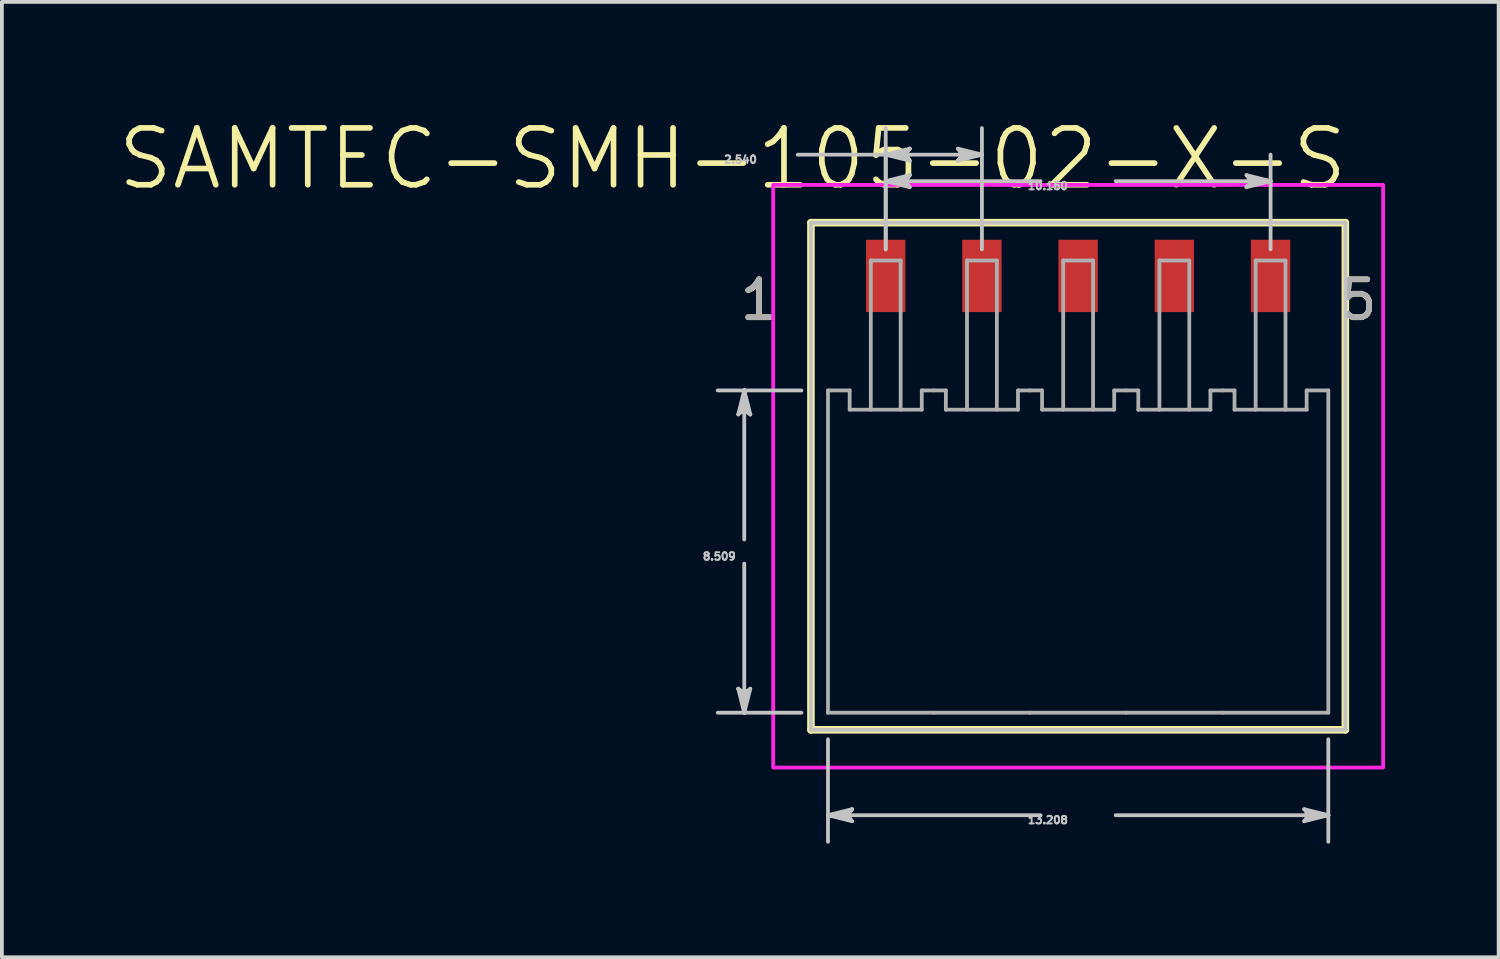
<source format=kicad_pcb>
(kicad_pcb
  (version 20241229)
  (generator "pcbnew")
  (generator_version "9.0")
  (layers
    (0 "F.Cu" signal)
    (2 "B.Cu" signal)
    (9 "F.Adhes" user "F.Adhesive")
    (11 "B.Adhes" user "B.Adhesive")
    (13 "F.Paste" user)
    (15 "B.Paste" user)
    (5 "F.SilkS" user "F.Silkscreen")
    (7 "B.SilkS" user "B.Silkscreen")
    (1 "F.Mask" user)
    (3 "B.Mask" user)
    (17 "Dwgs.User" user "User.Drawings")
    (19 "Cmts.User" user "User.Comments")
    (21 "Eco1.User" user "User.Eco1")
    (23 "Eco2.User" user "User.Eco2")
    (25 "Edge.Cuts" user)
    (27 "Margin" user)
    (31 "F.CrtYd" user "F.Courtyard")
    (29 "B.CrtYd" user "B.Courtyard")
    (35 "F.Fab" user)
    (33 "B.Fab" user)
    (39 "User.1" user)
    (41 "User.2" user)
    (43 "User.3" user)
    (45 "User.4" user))
  (footprint "SAMTEC-SMH-105-02-X-S"
    (layer "F.Cu")
    (at 25.412 11.511)
    (property "Reference" "SAMTEC-SMH-105-02-X-S" (at -9.123 -10.37 0) (layer "F.SilkS") (effects (font (size 1.5 1.5) (thickness 0.15))))
    (attr smd)
    (fp_poly (pts (xy -5.651 -8.283) (xy -4.509 -8.283) (xy -4.509 -6.271) (xy -5.651 -6.271)) (stroke (width 0.01) (type solid)) (fill yes) (layer "F.Mask"))
    (fp_poly (pts (xy -3.111 -8.283) (xy -1.969 -8.283) (xy -1.969 -6.271) (xy -3.111 -6.271)) (stroke (width 0.01) (type solid)) (fill yes) (layer "F.Mask"))
    (fp_poly (pts (xy -0.571 -8.283) (xy 0.571 -8.283) (xy 0.571 -6.271) (xy -0.571 -6.271)) (stroke (width 0.01) (type solid)) (fill yes) (layer "F.Mask"))
    (fp_poly (pts (xy 1.969 -8.283) (xy 3.111 -8.283) (xy 3.111 -6.271) (xy 1.969 -6.271)) (stroke (width 0.01) (type solid)) (fill yes) (layer "F.Mask"))
    (fp_poly (pts (xy 4.509 -8.283) (xy 5.651 -8.283) (xy 5.651 -6.271) (xy 4.509 -6.271)) (stroke (width 0.01) (type solid)) (fill yes) (layer "F.Mask"))
    (fp_line (start -7.054 -8.683) (end -7.054 4.705) (stroke (width 0.2) (type solid)) (layer "F.SilkS"))
    (fp_line (start -7.054 4.705) (end 7.054 4.705) (stroke (width 0.2) (type solid)) (layer "F.SilkS"))
    (fp_line (start 7.054 -8.683) (end -7.054 -8.683) (stroke (width 0.2) (type solid)) (layer "F.SilkS"))
    (fp_line (start 7.054 4.705) (end 7.054 -8.683) (stroke (width 0.2) (type solid)) (layer "F.SilkS"))
    (fp_poly (pts (xy -5.6 -8.232) (xy -4.56 -8.232) (xy -4.56 -6.322) (xy -5.6 -6.322)) (stroke (width 0.01) (type solid)) (fill yes) (layer "F.Paste"))
    (fp_poly (pts (xy -3.06 -8.232) (xy -2.02 -8.232) (xy -2.02 -6.322) (xy -3.06 -6.322)) (stroke (width 0.01) (type solid)) (fill yes) (layer "F.Paste"))
    (fp_poly (pts (xy -0.52 -8.232) (xy 0.52 -8.232) (xy 0.52 -6.322) (xy -0.52 -6.322)) (stroke (width 0.01) (type solid)) (fill yes) (layer "F.Paste"))
    (fp_poly (pts (xy 2.02 -8.232) (xy 3.06 -8.232) (xy 3.06 -6.322) (xy 2.02 -6.322)) (stroke (width 0.01) (type solid)) (fill yes) (layer "F.Paste"))
    (fp_poly (pts (xy 4.56 -8.232) (xy 5.6 -8.232) (xy 5.6 -6.322) (xy 4.56 -6.322)) (stroke (width 0.01) (type solid)) (fill yes) (layer "F.Paste"))
    (fp_line (start -8.973 -3.62) (end -8.814 -3.746) (stroke (width 0.1) (type solid)) (layer "Dwgs.User"))
    (fp_line (start -8.973 3.62) (end -8.814 4.254) (stroke (width 0.1) (type solid)) (layer "Dwgs.User"))
    (fp_line (start -8.893 -3.683) (end -8.814 -3.746) (stroke (width 0.1) (type solid)) (layer "Dwgs.User"))
    (fp_line (start -8.893 3.683) (end -8.973 3.62) (stroke (width 0.1) (type solid)) (layer "Dwgs.User"))
    (fp_line (start -8.814 -4.254) (end -8.973 -3.62) (stroke (width 0.1) (type solid)) (layer "Dwgs.User"))
    (fp_line (start -8.814 -4.254) (end -8.893 -3.683) (stroke (width 0.1) (type solid)) (layer "Dwgs.User"))
    (fp_line (start -8.814 -4.254) (end -8.734 -3.683) (stroke (width 0.1) (type solid)) (layer "Dwgs.User"))
    (fp_line (start -8.814 -3.746) (end -8.814 -4.254) (stroke (width 0.1) (type solid)) (layer "Dwgs.User"))
    (fp_line (start -8.814 -3.746) (end -8.655 -3.62) (stroke (width 0.1) (type solid)) (layer "Dwgs.User"))
    (fp_line (start -8.814 -0.318) (end -8.814 -4.254) (stroke (width 0.1) (type solid)) (layer "Dwgs.User"))
    (fp_line (start -8.814 0.318) (end -8.814 4.254) (stroke (width 0.1) (type solid)) (layer "Dwgs.User"))
    (fp_line (start -8.814 3.746) (end -8.973 3.62) (stroke (width 0.1) (type solid)) (layer "Dwgs.User"))
    (fp_line (start -8.814 3.746) (end -8.814 4.254) (stroke (width 0.1) (type solid)) (layer "Dwgs.User"))
    (fp_line (start -8.814 4.254) (end -8.893 3.683) (stroke (width 0.1) (type solid)) (layer "Dwgs.User"))
    (fp_line (start -8.814 4.254) (end -8.734 3.683) (stroke (width 0.1) (type solid)) (layer "Dwgs.User"))
    (fp_line (start -8.814 4.254) (end -8.655 3.62) (stroke (width 0.1) (type solid)) (layer "Dwgs.User"))
    (fp_line (start -8.734 -3.683) (end -8.655 -3.62) (stroke (width 0.1) (type solid)) (layer "Dwgs.User"))
    (fp_line (start -8.734 3.683) (end -8.814 3.746) (stroke (width 0.1) (type solid)) (layer "Dwgs.User"))
    (fp_line (start -8.655 -3.62) (end -8.814 -4.254) (stroke (width 0.1) (type solid)) (layer "Dwgs.User"))
    (fp_line (start -8.655 3.62) (end -8.814 3.746) (stroke (width 0.1) (type solid)) (layer "Dwgs.User"))
    (fp_line (start -7.404 -10.478) (end -5.08 -10.478) (stroke (width 0.1) (type solid)) (layer "Dwgs.User"))
    (fp_line (start -7.305 -4.254) (end -9.515 -4.254) (stroke (width 0.1) (type solid)) (layer "Dwgs.User"))
    (fp_line (start -7.305 4.254) (end -9.515 4.254) (stroke (width 0.1) (type solid)) (layer "Dwgs.User"))
    (fp_line (start -7.054 -8.683) (end -7.054 4.705) (stroke (width 0.1) (type solid)) (layer "Dwgs.User"))
    (fp_line (start -7.054 4.705) (end 7.054 4.705) (stroke (width 0.1) (type solid)) (layer "Dwgs.User"))
    (fp_line (start -6.604 4.956) (end -6.604 7.661) (stroke (width 0.1) (type solid)) (layer "Dwgs.User"))
    (fp_line (start -6.604 6.96) (end -6.032 6.88) (stroke (width 0.1) (type solid)) (layer "Dwgs.User"))
    (fp_line (start -6.604 6.96) (end -6.032 7.039) (stroke (width 0.1) (type solid)) (layer "Dwgs.User"))
    (fp_line (start -6.604 6.96) (end -5.969 7.118) (stroke (width 0.1) (type solid)) (layer "Dwgs.User"))
    (fp_line (start -6.096 6.96) (end -6.604 6.96) (stroke (width 0.1) (type solid)) (layer "Dwgs.User"))
    (fp_line (start -6.096 6.96) (end -5.969 6.801) (stroke (width 0.1) (type solid)) (layer "Dwgs.User"))
    (fp_line (start -6.032 6.88) (end -5.969 6.801) (stroke (width 0.1) (type solid)) (layer "Dwgs.User"))
    (fp_line (start -6.032 7.039) (end -6.096 6.96) (stroke (width 0.1) (type solid)) (layer "Dwgs.User"))
    (fp_line (start -5.969 6.801) (end -6.604 6.96) (stroke (width 0.1) (type solid)) (layer "Dwgs.User"))
    (fp_line (start -5.969 7.118) (end -6.096 6.96) (stroke (width 0.1) (type solid)) (layer "Dwgs.User"))
    (fp_line (start -5.08 -10.478) (end -4.508 -10.557) (stroke (width 0.1) (type solid)) (layer "Dwgs.User"))
    (fp_line (start -5.08 -10.478) (end -4.508 -10.398) (stroke (width 0.1) (type solid)) (layer "Dwgs.User"))
    (fp_line (start -5.08 -10.478) (end -4.445 -10.319) (stroke (width 0.1) (type solid)) (layer "Dwgs.User"))
    (fp_line (start -5.08 -10.478) (end -2.54 -10.478) (stroke (width 0.1) (type solid)) (layer "Dwgs.User"))
    (fp_line (start -5.08 -9.779) (end -4.508 -9.858) (stroke (width 0.1) (type solid)) (layer "Dwgs.User"))
    (fp_line (start -5.08 -9.779) (end -4.508 -9.7) (stroke (width 0.1) (type solid)) (layer "Dwgs.User"))
    (fp_line (start -5.08 -9.779) (end -4.445 -9.62) (stroke (width 0.1) (type solid)) (layer "Dwgs.User"))
    (fp_line (start -5.08 -7.978) (end -5.08 -11.179) (stroke (width 0.1) (type solid)) (layer "Dwgs.User"))
    (fp_line (start -5.08 -7.978) (end -5.08 -10.48) (stroke (width 0.1) (type solid)) (layer "Dwgs.User"))
    (fp_line (start -4.572 -10.478) (end -5.08 -10.478) (stroke (width 0.1) (type solid)) (layer "Dwgs.User"))
    (fp_line (start -4.572 -10.478) (end -4.445 -10.636) (stroke (width 0.1) (type solid)) (layer "Dwgs.User"))
    (fp_line (start -4.572 -9.779) (end -5.08 -9.779) (stroke (width 0.1) (type solid)) (layer "Dwgs.User"))
    (fp_line (start -4.572 -9.779) (end -4.445 -9.938) (stroke (width 0.1) (type solid)) (layer "Dwgs.User"))
    (fp_line (start -4.508 -10.557) (end -4.445 -10.636) (stroke (width 0.1) (type solid)) (layer "Dwgs.User"))
    (fp_line (start -4.508 -10.398) (end -4.572 -10.478) (stroke (width 0.1) (type solid)) (layer "Dwgs.User"))
    (fp_line (start -4.508 -9.858) (end -4.445 -9.938) (stroke (width 0.1) (type solid)) (layer "Dwgs.User"))
    (fp_line (start -4.508 -9.7) (end -4.572 -9.779) (stroke (width 0.1) (type solid)) (layer "Dwgs.User"))
    (fp_line (start -4.445 -10.636) (end -5.08 -10.478) (stroke (width 0.1) (type solid)) (layer "Dwgs.User"))
    (fp_line (start -4.445 -10.319) (end -4.572 -10.478) (stroke (width 0.1) (type solid)) (layer "Dwgs.User"))
    (fp_line (start -4.445 -9.938) (end -5.08 -9.779) (stroke (width 0.1) (type solid)) (layer "Dwgs.User"))
    (fp_line (start -4.445 -9.62) (end -4.572 -9.779) (stroke (width 0.1) (type solid)) (layer "Dwgs.User"))
    (fp_line (start -3.175 -10.636) (end -3.048 -10.478) (stroke (width 0.1) (type solid)) (layer "Dwgs.User"))
    (fp_line (start -3.175 -10.319) (end -2.54 -10.478) (stroke (width 0.1) (type solid)) (layer "Dwgs.User"))
    (fp_line (start -3.112 -10.557) (end -3.048 -10.478) (stroke (width 0.1) (type solid)) (layer "Dwgs.User"))
    (fp_line (start -3.112 -10.398) (end -3.175 -10.319) (stroke (width 0.1) (type solid)) (layer "Dwgs.User"))
    (fp_line (start -3.048 -10.478) (end -3.175 -10.319) (stroke (width 0.1) (type solid)) (layer "Dwgs.User"))
    (fp_line (start -3.048 -10.478) (end -2.54 -10.478) (stroke (width 0.1) (type solid)) (layer "Dwgs.User"))
    (fp_line (start -2.54 -10.478) (end -3.175 -10.636) (stroke (width 0.1) (type solid)) (layer "Dwgs.User"))
    (fp_line (start -2.54 -10.478) (end -3.112 -10.557) (stroke (width 0.1) (type solid)) (layer "Dwgs.User"))
    (fp_line (start -2.54 -10.478) (end -3.112 -10.398) (stroke (width 0.1) (type solid)) (layer "Dwgs.User"))
    (fp_line (start -2.54 -7.978) (end -2.54 -11.179) (stroke (width 0.1) (type solid)) (layer "Dwgs.User"))
    (fp_line (start -0.991 -9.779) (end -5.08 -9.779) (stroke (width 0.1) (type solid)) (layer "Dwgs.User"))
    (fp_line (start -0.991 6.96) (end -6.604 6.96) (stroke (width 0.1) (type solid)) (layer "Dwgs.User"))
    (fp_line (start 0.991 -9.779) (end 5.08 -9.779) (stroke (width 0.1) (type solid)) (layer "Dwgs.User"))
    (fp_line (start 0.991 6.96) (end 6.604 6.96) (stroke (width 0.1) (type solid)) (layer "Dwgs.User"))
    (fp_line (start 4.445 -9.938) (end 4.572 -9.779) (stroke (width 0.1) (type solid)) (layer "Dwgs.User"))
    (fp_line (start 4.445 -9.62) (end 5.08 -9.779) (stroke (width 0.1) (type solid)) (layer "Dwgs.User"))
    (fp_line (start 4.508 -9.858) (end 4.572 -9.779) (stroke (width 0.1) (type solid)) (layer "Dwgs.User"))
    (fp_line (start 4.508 -9.7) (end 4.445 -9.62) (stroke (width 0.1) (type solid)) (layer "Dwgs.User"))
    (fp_line (start 4.572 -9.779) (end 4.445 -9.62) (stroke (width 0.1) (type solid)) (layer "Dwgs.User"))
    (fp_line (start 4.572 -9.779) (end 5.08 -9.779) (stroke (width 0.1) (type solid)) (layer "Dwgs.User"))
    (fp_line (start 5.08 -9.779) (end 4.445 -9.938) (stroke (width 0.1) (type solid)) (layer "Dwgs.User"))
    (fp_line (start 5.08 -9.779) (end 4.508 -9.858) (stroke (width 0.1) (type solid)) (layer "Dwgs.User"))
    (fp_line (start 5.08 -9.779) (end 4.508 -9.7) (stroke (width 0.1) (type solid)) (layer "Dwgs.User"))
    (fp_line (start 5.08 -7.978) (end 5.08 -10.48) (stroke (width 0.1) (type solid)) (layer "Dwgs.User"))
    (fp_line (start 5.969 6.801) (end 6.096 6.96) (stroke (width 0.1) (type solid)) (layer "Dwgs.User"))
    (fp_line (start 5.969 7.118) (end 6.604 6.96) (stroke (width 0.1) (type solid)) (layer "Dwgs.User"))
    (fp_line (start 6.032 6.88) (end 6.096 6.96) (stroke (width 0.1) (type solid)) (layer "Dwgs.User"))
    (fp_line (start 6.032 7.039) (end 5.969 7.118) (stroke (width 0.1) (type solid)) (layer "Dwgs.User"))
    (fp_line (start 6.096 6.96) (end 5.969 7.118) (stroke (width 0.1) (type solid)) (layer "Dwgs.User"))
    (fp_line (start 6.096 6.96) (end 6.604 6.96) (stroke (width 0.1) (type solid)) (layer "Dwgs.User"))
    (fp_line (start 6.604 4.956) (end 6.604 7.661) (stroke (width 0.1) (type solid)) (layer "Dwgs.User"))
    (fp_line (start 6.604 6.96) (end 5.969 6.801) (stroke (width 0.1) (type solid)) (layer "Dwgs.User"))
    (fp_line (start 6.604 6.96) (end 6.032 6.88) (stroke (width 0.1) (type solid)) (layer "Dwgs.User"))
    (fp_line (start 6.604 6.96) (end 6.032 7.039) (stroke (width 0.1) (type solid)) (layer "Dwgs.User"))
    (fp_line (start 7.054 -8.683) (end -7.054 -8.683) (stroke (width 0.1) (type solid)) (layer "Dwgs.User"))
    (fp_line (start 7.054 4.705) (end 7.054 -8.683) (stroke (width 0.1) (type solid)) (layer "Dwgs.User"))
    (fp_poly (pts (xy 8.051 -9.68) (xy -8.051 -9.68) (xy -8.051 5.702) (xy 8.051 5.702) (xy 8.051 -9.68)) (stroke (width 0.1) (type solid)) (fill no) (layer "F.CrtYd"))
    (fp_line (start -6.604 4.254) (end -6.604 -4.254) (stroke (width 0.1) (type solid)) (layer "F.Fab"))
    (fp_line (start -6.032 -4.254) (end -6.604 -4.254) (stroke (width 0.1) (type solid)) (layer "F.Fab"))
    (fp_line (start -6.032 -3.746) (end -6.032 -4.254) (stroke (width 0.1) (type solid)) (layer "F.Fab"))
    (fp_line (start -5.474 -7.684) (end -5.474 -3.746) (stroke (width 0.1) (type solid)) (layer "F.Fab"))
    (fp_line (start -4.686 -7.684) (end -5.474 -7.684) (stroke (width 0.1) (type solid)) (layer "F.Fab"))
    (fp_line (start -4.686 -7.684) (end -4.686 -3.746) (stroke (width 0.1) (type solid)) (layer "F.Fab"))
    (fp_line (start -4.128 -4.254) (end -4.128 -3.746) (stroke (width 0.1) (type solid)) (layer "F.Fab"))
    (fp_line (start -4.128 -3.746) (end -6.032 -3.746) (stroke (width 0.1) (type solid)) (layer "F.Fab"))
    (fp_line (start -3.81 -4.254) (end -4.128 -4.254) (stroke (width 0.1) (type solid)) (layer "F.Fab"))
    (fp_line (start -3.81 4.254) (end -6.604 4.254) (stroke (width 0.1) (type solid)) (layer "F.Fab"))
    (fp_line (start -3.492 -4.254) (end -3.81 -4.254) (stroke (width 0.1) (type solid)) (layer "F.Fab"))
    (fp_line (start -3.492 -3.746) (end -3.492 -4.254) (stroke (width 0.1) (type solid)) (layer "F.Fab"))
    (fp_line (start -2.934 -3.746) (end -2.934 -7.684) (stroke (width 0.1) (type solid)) (layer "F.Fab"))
    (fp_line (start -2.146 -7.684) (end -2.934 -7.684) (stroke (width 0.1) (type solid)) (layer "F.Fab"))
    (fp_line (start -2.146 -7.684) (end -2.146 -3.746) (stroke (width 0.1) (type solid)) (layer "F.Fab"))
    (fp_line (start -1.588 -4.254) (end -1.588 -3.746) (stroke (width 0.1) (type solid)) (layer "F.Fab"))
    (fp_line (start -1.588 -3.746) (end -3.492 -3.746) (stroke (width 0.1) (type solid)) (layer "F.Fab"))
    (fp_line (start -1.27 -4.254) (end -1.588 -4.254) (stroke (width 0.1) (type solid)) (layer "F.Fab"))
    (fp_line (start -1.27 4.254) (end -3.81 4.254) (stroke (width 0.1) (type solid)) (layer "F.Fab"))
    (fp_line (start -0.952 -4.254) (end -1.27 -4.254) (stroke (width 0.1) (type solid)) (layer "F.Fab"))
    (fp_line (start -0.952 -3.746) (end -0.952 -4.254) (stroke (width 0.1) (type solid)) (layer "F.Fab"))
    (fp_line (start -0.394 -3.746) (end -0.394 -7.684) (stroke (width 0.1) (type solid)) (layer "F.Fab"))
    (fp_line (start 0.394 -7.684) (end -0.394 -7.684) (stroke (width 0.1) (type solid)) (layer "F.Fab"))
    (fp_line (start 0.394 -7.684) (end 0.394 -3.746) (stroke (width 0.1) (type solid)) (layer "F.Fab"))
    (fp_line (start 0.952 -4.254) (end 0.952 -3.746) (stroke (width 0.1) (type solid)) (layer "F.Fab"))
    (fp_line (start 0.952 -3.746) (end -0.952 -3.746) (stroke (width 0.1) (type solid)) (layer "F.Fab"))
    (fp_line (start 1.27 -4.254) (end 0.952 -4.254) (stroke (width 0.1) (type solid)) (layer "F.Fab"))
    (fp_line (start 1.27 4.254) (end -1.27 4.254) (stroke (width 0.1) (type solid)) (layer "F.Fab"))
    (fp_line (start 1.588 -4.254) (end 1.27 -4.254) (stroke (width 0.1) (type solid)) (layer "F.Fab"))
    (fp_line (start 1.588 -3.746) (end 1.588 -4.254) (stroke (width 0.1) (type solid)) (layer "F.Fab"))
    (fp_line (start 2.146 -3.746) (end 2.146 -7.684) (stroke (width 0.1) (type solid)) (layer "F.Fab"))
    (fp_line (start 2.934 -7.684) (end 2.146 -7.684) (stroke (width 0.1) (type solid)) (layer "F.Fab"))
    (fp_line (start 2.934 -7.684) (end 2.934 -3.746) (stroke (width 0.1) (type solid)) (layer "F.Fab"))
    (fp_line (start 3.492 -4.254) (end 3.492 -3.746) (stroke (width 0.1) (type solid)) (layer "F.Fab"))
    (fp_line (start 3.492 -3.746) (end 1.588 -3.746) (stroke (width 0.1) (type solid)) (layer "F.Fab"))
    (fp_line (start 3.81 -4.254) (end 3.492 -4.254) (stroke (width 0.1) (type solid)) (layer "F.Fab"))
    (fp_line (start 3.81 -4.254) (end 4.128 -4.254) (stroke (width 0.1) (type solid)) (layer "F.Fab"))
    (fp_line (start 3.81 4.254) (end 1.27 4.254) (stroke (width 0.1) (type solid)) (layer "F.Fab"))
    (fp_line (start 3.81 4.254) (end 6.604 4.254) (stroke (width 0.1) (type solid)) (layer "F.Fab"))
    (fp_line (start 4.128 -4.254) (end 4.128 -3.746) (stroke (width 0.1) (type solid)) (layer "F.Fab"))
    (fp_line (start 4.128 -3.746) (end 6.032 -3.746) (stroke (width 0.1) (type solid)) (layer "F.Fab"))
    (fp_line (start 4.686 -7.684) (end 4.686 -3.746) (stroke (width 0.1) (type solid)) (layer "F.Fab"))
    (fp_line (start 4.686 -7.684) (end 5.474 -7.684) (stroke (width 0.1) (type solid)) (layer "F.Fab"))
    (fp_line (start 5.474 -7.684) (end 5.474 -3.746) (stroke (width 0.1) (type solid)) (layer "F.Fab"))
    (fp_line (start 6.032 -4.254) (end 6.604 -4.254) (stroke (width 0.1) (type solid)) (layer "F.Fab"))
    (fp_line (start 6.032 -3.746) (end 6.032 -4.254) (stroke (width 0.1) (type solid)) (layer "F.Fab"))
    (fp_line (start 6.604 4.254) (end 6.604 -4.254) (stroke (width 0.1) (type solid)) (layer "F.Fab"))
    (fp_text user "1" (at -8.424 -6.642 0) (layer "F.SilkS") (effects (font (size 1 1) (thickness 0.15))))
    (fp_text user "5" (at 7.395 -6.642 0) (layer "F.SilkS") (effects (font (size 1 1) (thickness 0.15))))
    (fp_text user "10.160" (at -0.8 -9.652 0) (layer "Dwgs.User") (effects (font (size 0.2 0.2) (thickness 0.15))))
    (fp_text user "13.208" (at -0.8 7.087 0) (layer "Dwgs.User") (effects (font (size 0.2 0.2) (thickness 0.15))))
    (fp_text user "2.540" (at -8.915 -10.35 0) (layer "Dwgs.User") (effects (font (size 0.2 0.2) (thickness 0.15))))
    (fp_text user "8.509" (at -9.474 0.127 0) (layer "Dwgs.User") (effects (font (size 0.2 0.2) (thickness 0.15))))
    (fp_text user "5" (at 7.395 -6.642 0) (layer "F.Fab") (effects (font (size 1 1) (thickness 0.15))))
    (fp_text user "1" (at -8.424 -6.642 0) (layer "F.Fab") (effects (font (size 1 1) (thickness 0.15))))
    (pad "1" smd rect (at -5.08 -7.277) (size 1.04 1.91) (layers "F.Cu" "F.Paste"))
    (pad "2" smd rect (at -2.54 -7.277) (size 1.04 1.91) (layers "F.Cu" "F.Paste"))
    (pad "3" smd rect (at 0 -7.277) (size 1.04 1.91) (layers "F.Cu" "F.Paste"))
    (pad "4" smd rect (at 2.54 -7.277) (size 1.04 1.91) (layers "F.Cu" "F.Paste"))
    (pad "5" smd rect (at 5.08 -7.277) (size 1.04 1.91) (layers "F.Cu" "F.Paste")))
  (gr_rect
    (start -3 -3)
    (end 36.513 22.222)
    (stroke (width 0.1) (type default))
    (fill no)
    (layer "Edge.Cuts")))
</source>
